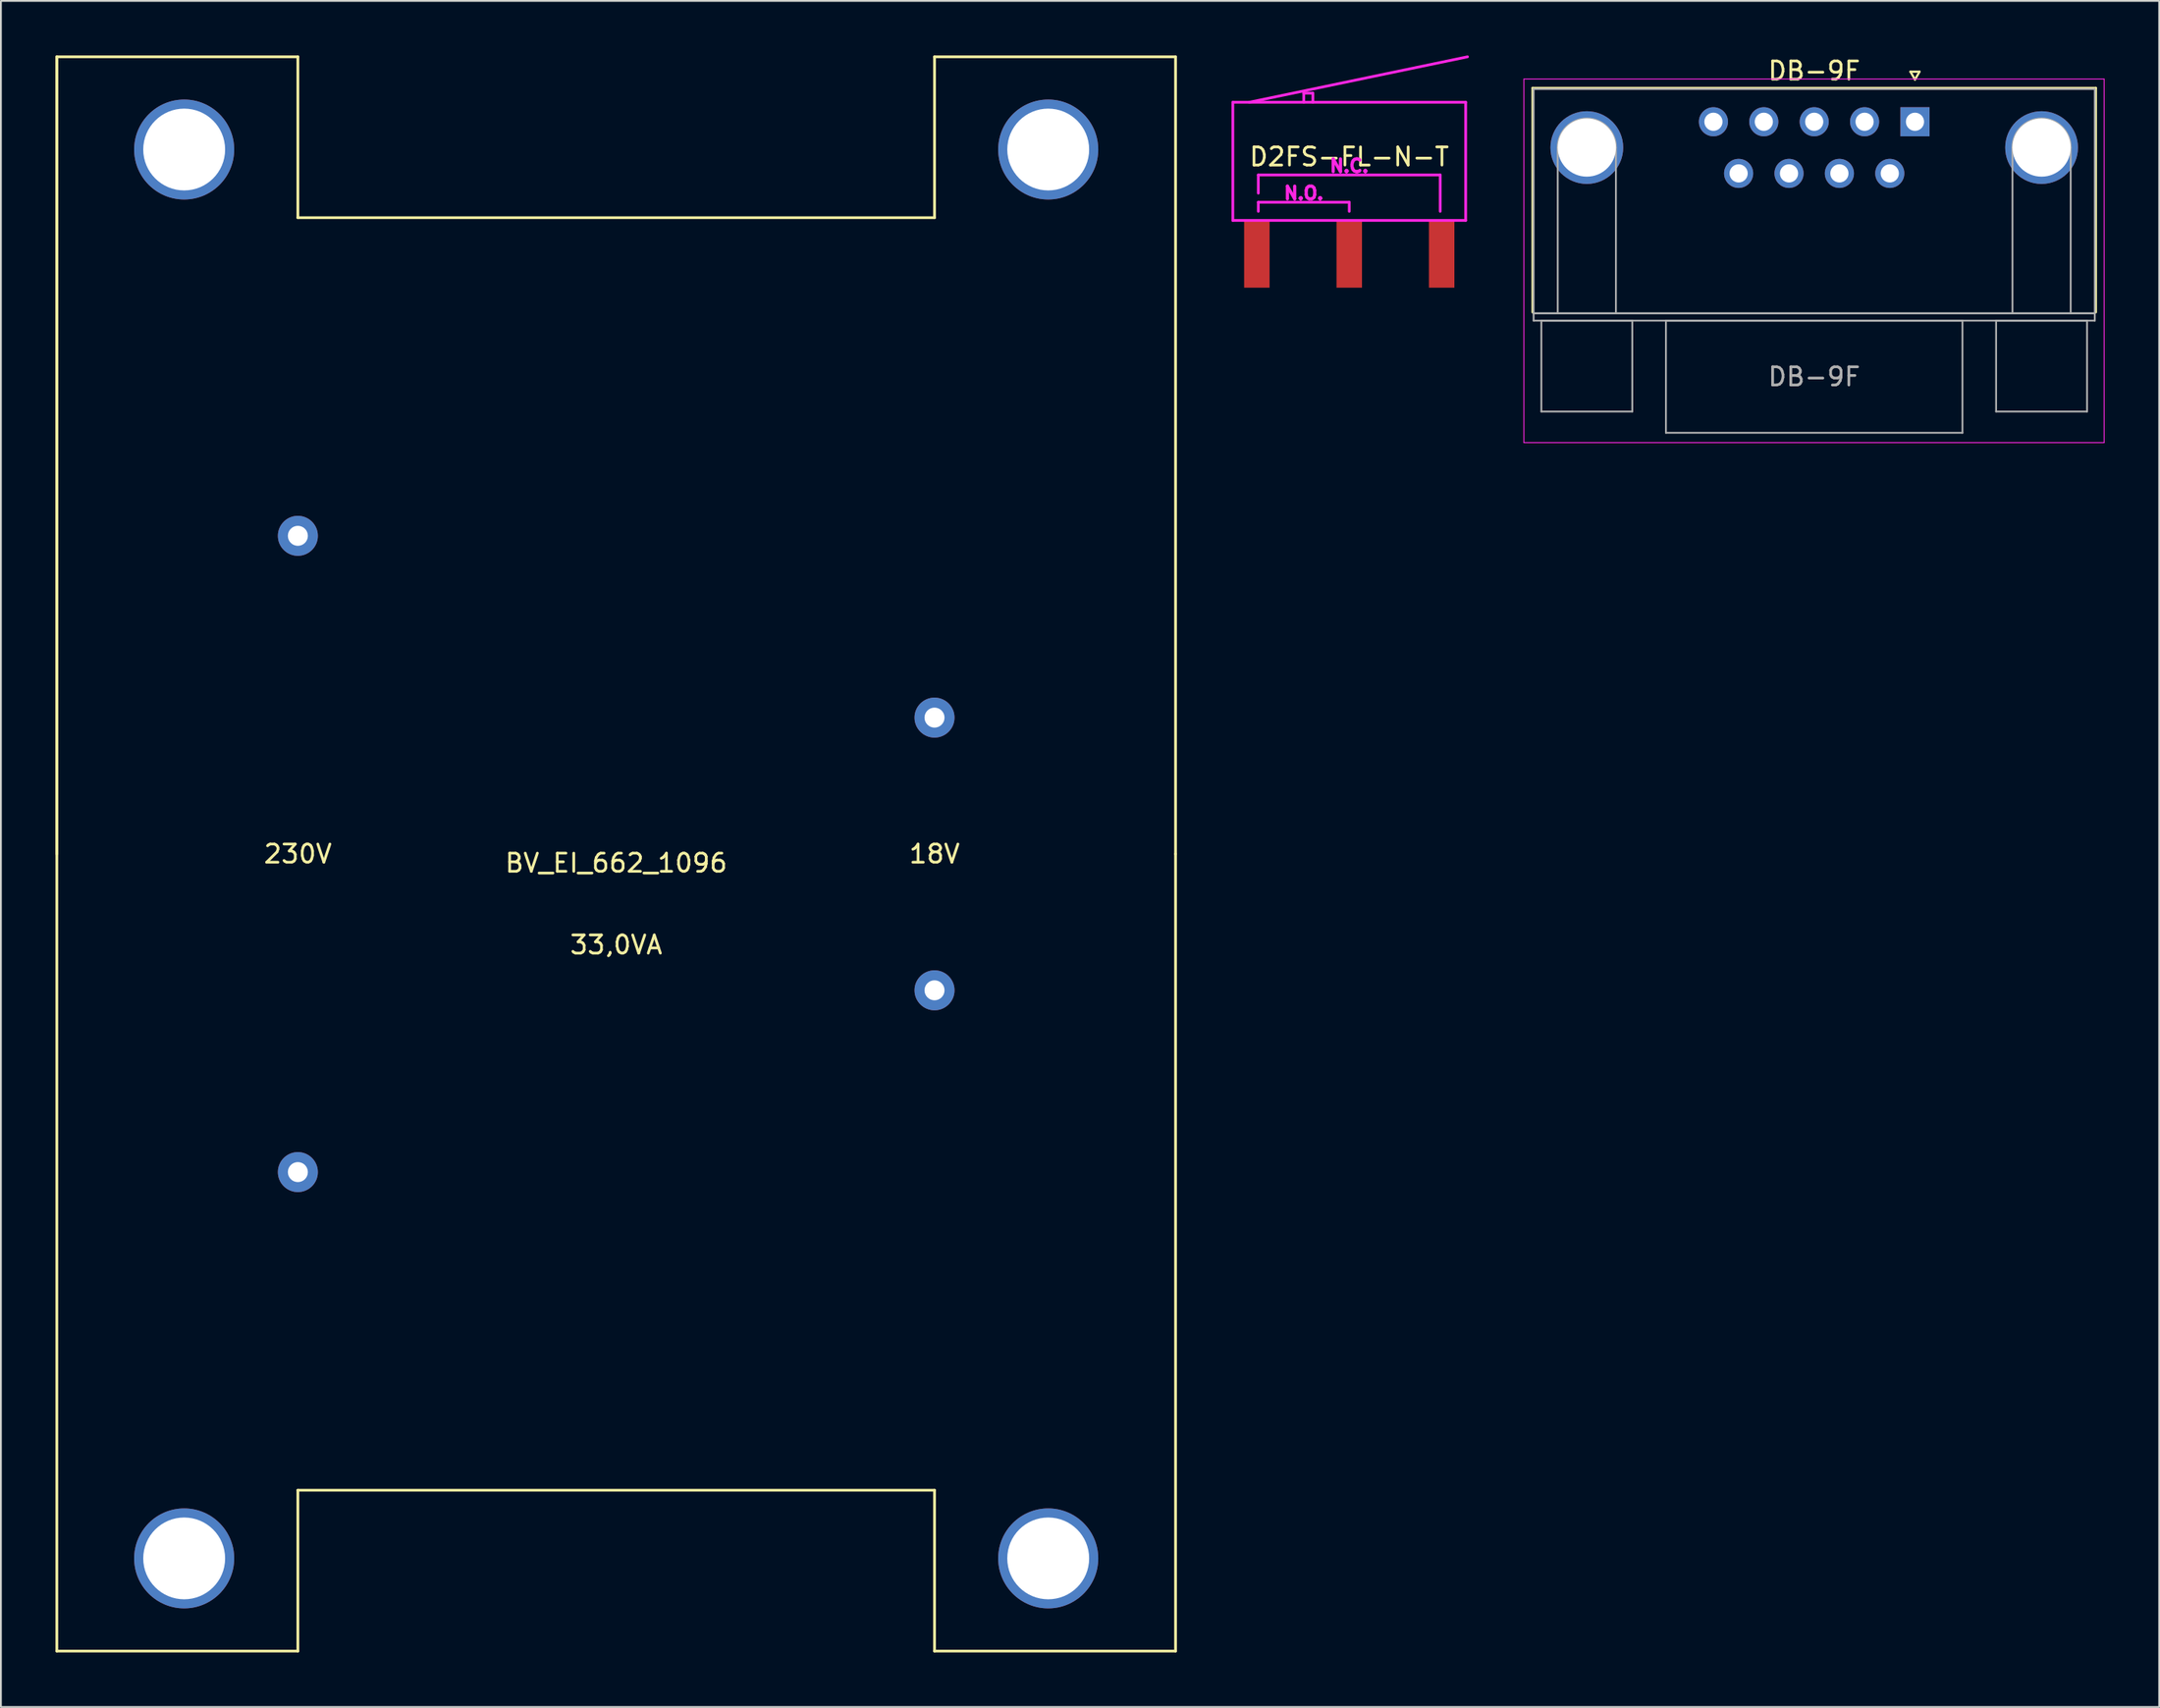
<source format=kicad_pcb>
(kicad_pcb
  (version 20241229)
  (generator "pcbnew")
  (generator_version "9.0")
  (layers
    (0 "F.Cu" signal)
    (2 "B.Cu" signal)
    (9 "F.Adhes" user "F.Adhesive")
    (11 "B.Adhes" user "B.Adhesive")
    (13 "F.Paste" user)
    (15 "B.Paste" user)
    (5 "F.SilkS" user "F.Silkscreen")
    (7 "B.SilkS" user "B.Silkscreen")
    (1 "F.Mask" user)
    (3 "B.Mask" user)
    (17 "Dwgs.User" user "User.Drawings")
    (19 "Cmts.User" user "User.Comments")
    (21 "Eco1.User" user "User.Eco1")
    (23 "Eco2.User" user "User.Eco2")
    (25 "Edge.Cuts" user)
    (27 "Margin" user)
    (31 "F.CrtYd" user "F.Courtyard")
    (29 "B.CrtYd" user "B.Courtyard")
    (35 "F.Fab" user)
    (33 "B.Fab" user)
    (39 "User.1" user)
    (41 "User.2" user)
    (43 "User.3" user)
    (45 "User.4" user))
  (footprint "D2FS-FL-N-T"
    (layer "F.Cu")
    (at 71.125 9.075)
    (property "Reference" "D2FS-FL-N-T" (at 0 -3.5 0) (layer "F.SilkS") (effects (font (size 1 1) (thickness 0.15))))
    (attr through_hole)
    (fp_line (start -6.4 -6.5) (end -6.4 0) (stroke (width 0.15) (type solid)) (layer "F.CrtYd"))
    (fp_line (start -6.4 0) (end 6.4 0) (stroke (width 0.15) (type solid)) (layer "F.CrtYd"))
    (fp_line (start -5.5 -6.5) (end 6.5 -9) (stroke (width 0.15) (type solid)) (layer "F.CrtYd"))
    (fp_line (start -5 -2.5) (end 5 -2.5) (stroke (width 0.15) (type solid)) (layer "F.CrtYd"))
    (fp_line (start -5 -1.5) (end -5 -2.5) (stroke (width 0.15) (type solid)) (layer "F.CrtYd"))
    (fp_line (start -5 -1) (end 0 -1) (stroke (width 0.15) (type solid)) (layer "F.CrtYd"))
    (fp_line (start -5 -0.5) (end -5 -1) (stroke (width 0.15) (type solid)) (layer "F.CrtYd"))
    (fp_line (start -2.5 -7) (end -2 -7) (stroke (width 0.15) (type solid)) (layer "F.CrtYd"))
    (fp_line (start -2.5 -6.5) (end -2.5 -7) (stroke (width 0.15) (type solid)) (layer "F.CrtYd"))
    (fp_line (start -2 -7) (end -2 -6.5) (stroke (width 0.15) (type solid)) (layer "F.CrtYd"))
    (fp_line (start 0 -1) (end 0 -0.5) (stroke (width 0.15) (type solid)) (layer "F.CrtYd"))
    (fp_line (start 5 -2.5) (end 5 -0.5) (stroke (width 0.15) (type solid)) (layer "F.CrtYd"))
    (fp_line (start 6.4 -6.5) (end -6.4 -6.5) (stroke (width 0.15) (type solid)) (layer "F.CrtYd"))
    (fp_line (start 6.4 0) (end 6.4 -6.5) (stroke (width 0.15) (type solid)) (layer "F.CrtYd"))
    (fp_text user "N.O." (at -2.5 -1.5 0) (layer "F.CrtYd") (effects (font (size 0.7 0.7) (thickness 0.175))))
    (fp_text user "N.C." (at 0 -3 0) (layer "F.CrtYd") (effects (font (size 0.7 0.7) (thickness 0.175))))
    (pad "1" smd rect (at -5.08 1.85) (size 1.4 3.7) (layers "F.Cu" "F.Mask" "F.Paste"))
    (pad "2" smd rect (at 0 1.85) (size 1.4 3.7) (layers "F.Cu" "F.Mask" "F.Paste"))
    (pad "3" smd rect (at 5.08 1.85) (size 1.4 3.7) (layers "F.Cu" "F.Mask" "F.Paste")))
  (footprint "BV_EI_662_1096"
    (layer "F.Cu")
    (at 30.825 43.925)
    (property "Reference" "BV_EI_662_1096" (at 0 0.5 0) (layer "F.SilkS") (effects (font (size 1 1) (thickness 0.15))))
    (attr through_hole)
    (fp_line (start -30.75 -43.85) (end -30.75 43.85) (stroke (width 0.15) (type solid)) (layer "F.SilkS"))
    (fp_line (start -30.75 -43.85) (end -17.5 -43.85) (stroke (width 0.15) (type solid)) (layer "F.SilkS"))
    (fp_line (start -30.75 0) (end -30.75 -43.85) (stroke (width 0.15) (type solid)) (layer "F.SilkS"))
    (fp_line (start -30.75 43.85) (end -17.5 43.85) (stroke (width 0.15) (type solid)) (layer "F.SilkS"))
    (fp_line (start -17.5 -35) (end -17.5 -43.85) (stroke (width 0.15) (type solid)) (layer "F.SilkS"))
    (fp_line (start -17.5 -35) (end 17.5 -35) (stroke (width 0.15) (type solid)) (layer "F.SilkS"))
    (fp_line (start -17.5 35) (end -17.5 43.85) (stroke (width 0.15) (type solid)) (layer "F.SilkS"))
    (fp_line (start 17.5 -43.85) (end 30.75 -43.85) (stroke (width 0.15) (type solid)) (layer "F.SilkS"))
    (fp_line (start 17.5 -35) (end 17.5 -43.85) (stroke (width 0.15) (type solid)) (layer "F.SilkS"))
    (fp_line (start 17.5 35) (end -17.5 35) (stroke (width 0.15) (type solid)) (layer "F.SilkS"))
    (fp_line (start 17.5 35) (end 17.5 43.85) (stroke (width 0.15) (type solid)) (layer "F.SilkS"))
    (fp_line (start 30.75 0) (end 30.75 -43.85) (stroke (width 0.15) (type solid)) (layer "F.SilkS"))
    (fp_line (start 30.75 0) (end 30.75 43.85) (stroke (width 0.15) (type solid)) (layer "F.SilkS"))
    (fp_line (start 30.75 43.85) (end 17.5 43.85) (stroke (width 0.15) (type solid)) (layer "F.SilkS"))
    (fp_text user "33,0VA" (at 0 5 0) (layer "F.SilkS") (effects (font (size 1 1) (thickness 0.15))))
    (fp_text user "18V" (at 17.5 0 0) (layer "F.SilkS") (effects (font (size 1 1) (thickness 0.15))))
    (fp_text user "230V" (at -17.5 0 0) (layer "F.SilkS") (effects (font (size 1 1) (thickness 0.15))))
    (pad "" np_thru_hole circle (at -23.75 -38.75) (size 5.5 5.5) (drill 4.5) (layers "*.Cu" "*.Mask"))
    (pad "" np_thru_hole circle (at -23.75 38.75) (size 5.5 5.5) (drill 4.5) (layers "*.Cu" "*.Mask"))
    (pad "" np_thru_hole circle (at 23.75 -38.75) (size 5.5 5.5) (drill 4.5) (layers "*.Cu" "*.Mask"))
    (pad "" np_thru_hole circle (at 23.75 38.75) (size 5.5 5.5) (drill 4.5) (layers "*.Cu" "*.Mask"))
    (pad "1" thru_hole circle (at -17.5 17.5) (size 2.2 2.2) (drill 1.1) (layers "*.Cu" "*.Mask"))
    (pad "8" thru_hole circle (at -17.5 -17.5) (size 2.2 2.2) (drill 1.1) (layers "*.Cu" "*.Mask"))
    (pad "11" thru_hole circle (at 17.5 -7.5) (size 2.2 2.2) (drill 1.1) (layers "*.Cu" "*.Mask"))
    (pad "14" thru_hole circle (at 17.5 7.5) (size 2.2 2.2) (drill 1.1) (layers "*.Cu" "*.Mask")))
  (footprint "DB-9F"
    (layer "F.Cu")
    (at 102.225 3.648)
    (property "Reference" "DB-9F" (at -5.54 -2.8 0) (layer "F.SilkS") (effects (font (size 1 1) (thickness 0.15))))
    (attr through_hole)
    (fp_line (start -21.025 -1.86) (end 9.945 -1.86) (stroke (width 0.12) (type solid)) (layer "F.SilkS"))
    (fp_line (start -21.025 10.48) (end -21.025 -1.86) (stroke (width 0.12) (type solid)) (layer "F.SilkS"))
    (fp_line (start -0.25 -2.754) (end 0.25 -2.754) (stroke (width 0.12) (type solid)) (layer "F.SilkS"))
    (fp_line (start 0 -2.321) (end -0.25 -2.754) (stroke (width 0.12) (type solid)) (layer "F.SilkS"))
    (fp_line (start 0.25 -2.754) (end 0 -2.321) (stroke (width 0.12) (type solid)) (layer "F.SilkS"))
    (fp_line (start 9.945 -1.86) (end 9.945 10.48) (stroke (width 0.12) (type solid)) (layer "F.SilkS"))
    (fp_line (start -21.5 -2.35) (end -21.5 17.65) (stroke (width 0.05) (type solid)) (layer "F.CrtYd"))
    (fp_line (start -21.5 17.65) (end 10.4 17.65) (stroke (width 0.05) (type solid)) (layer "F.CrtYd"))
    (fp_line (start 10.4 -2.35) (end -21.5 -2.35) (stroke (width 0.05) (type solid)) (layer "F.CrtYd"))
    (fp_line (start 10.4 17.65) (end 10.4 -2.35) (stroke (width 0.05) (type solid)) (layer "F.CrtYd"))
    (fp_line (start -20.965 -1.8) (end -20.965 10.54) (stroke (width 0.1) (type solid)) (layer "F.Fab"))
    (fp_line (start -20.965 10.54) (end -20.965 10.94) (stroke (width 0.1) (type solid)) (layer "F.Fab"))
    (fp_line (start -20.965 10.54) (end 9.885 10.54) (stroke (width 0.1) (type solid)) (layer "F.Fab"))
    (fp_line (start -20.965 10.94) (end 9.885 10.94) (stroke (width 0.1) (type solid)) (layer "F.Fab"))
    (fp_line (start -20.54 10.94) (end -20.54 15.94) (stroke (width 0.1) (type solid)) (layer "F.Fab"))
    (fp_line (start -20.54 15.94) (end -15.54 15.94) (stroke (width 0.1) (type solid)) (layer "F.Fab"))
    (fp_line (start -19.64 10.54) (end -19.64 1.42) (stroke (width 0.1) (type solid)) (layer "F.Fab"))
    (fp_line (start -16.44 10.54) (end -16.44 1.42) (stroke (width 0.1) (type solid)) (layer "F.Fab"))
    (fp_line (start -15.54 10.94) (end -20.54 10.94) (stroke (width 0.1) (type solid)) (layer "F.Fab"))
    (fp_line (start -15.54 15.94) (end -15.54 10.94) (stroke (width 0.1) (type solid)) (layer "F.Fab"))
    (fp_line (start -13.69 10.94) (end -13.69 17.11) (stroke (width 0.1) (type solid)) (layer "F.Fab"))
    (fp_line (start -13.69 17.11) (end 2.61 17.11) (stroke (width 0.1) (type solid)) (layer "F.Fab"))
    (fp_line (start 2.61 10.94) (end -13.69 10.94) (stroke (width 0.1) (type solid)) (layer "F.Fab"))
    (fp_line (start 2.61 17.11) (end 2.61 10.94) (stroke (width 0.1) (type solid)) (layer "F.Fab"))
    (fp_line (start 4.46 10.94) (end 4.46 15.94) (stroke (width 0.1) (type solid)) (layer "F.Fab"))
    (fp_line (start 4.46 15.94) (end 9.46 15.94) (stroke (width 0.1) (type solid)) (layer "F.Fab"))
    (fp_line (start 5.36 10.54) (end 5.36 1.42) (stroke (width 0.1) (type solid)) (layer "F.Fab"))
    (fp_line (start 8.56 10.54) (end 8.56 1.42) (stroke (width 0.1) (type solid)) (layer "F.Fab"))
    (fp_line (start 9.46 10.94) (end 4.46 10.94) (stroke (width 0.1) (type solid)) (layer "F.Fab"))
    (fp_line (start 9.46 15.94) (end 9.46 10.94) (stroke (width 0.1) (type solid)) (layer "F.Fab"))
    (fp_line (start 9.885 -1.8) (end -20.965 -1.8) (stroke (width 0.1) (type solid)) (layer "F.Fab"))
    (fp_line (start 9.885 10.54) (end -20.965 10.54) (stroke (width 0.1) (type solid)) (layer "F.Fab"))
    (fp_line (start 9.885 10.54) (end 9.885 -1.8) (stroke (width 0.1) (type solid)) (layer "F.Fab"))
    (fp_line (start 9.885 10.94) (end 9.885 10.54) (stroke (width 0.1) (type solid)) (layer "F.Fab"))
    (fp_arc (start -19.64 1.42) (mid -18.04 -0.18) (end -16.44 1.42) (stroke (width 0.1) (type solid)) (layer "F.Fab"))
    (fp_arc (start 5.36 1.42) (mid 6.96 -0.18) (end 8.56 1.42) (stroke (width 0.1) (type solid)) (layer "F.Fab"))
    (fp_text user "${REFERENCE}" (at -5.54 14.025 0) (layer "F.Fab") (effects (font (size 1 1) (thickness 0.15))))
    (pad "0" thru_hole circle (at -18.04 1.42) (size 4 4) (drill 3.2) (layers "*.Cu" "*.Mask"))
    (pad "0" thru_hole circle (at 6.96 1.42) (size 4 4) (drill 3.2) (layers "*.Cu" "*.Mask"))
    (pad "1" thru_hole rect (at 0 0) (size 1.6 1.6) (drill 1) (layers "*.Cu" "*.Mask"))
    (pad "2" thru_hole circle (at -2.77 0) (size 1.6 1.6) (drill 1) (layers "*.Cu" "*.Mask"))
    (pad "3" thru_hole circle (at -5.54 0) (size 1.6 1.6) (drill 1) (layers "*.Cu" "*.Mask"))
    (pad "4" thru_hole circle (at -8.31 0) (size 1.6 1.6) (drill 1) (layers "*.Cu" "*.Mask"))
    (pad "5" thru_hole circle (at -11.08 0) (size 1.6 1.6) (drill 1) (layers "*.Cu" "*.Mask"))
    (pad "6" thru_hole circle (at -1.385 2.84) (size 1.6 1.6) (drill 1) (layers "*.Cu" "*.Mask"))
    (pad "7" thru_hole circle (at -4.155 2.84) (size 1.6 1.6) (drill 1) (layers "*.Cu" "*.Mask"))
    (pad "8" thru_hole circle (at -6.925 2.84) (size 1.6 1.6) (drill 1) (layers "*.Cu" "*.Mask"))
    (pad "9" thru_hole circle (at -9.695 2.84) (size 1.6 1.6) (drill 1) (layers "*.Cu" "*.Mask")))
  (gr_rect
    (start -3 -3)
    (end 115.65 90.85)
    (stroke (width 0.1) (type default))
    (fill no)
    (layer "Edge.Cuts")))
</source>
